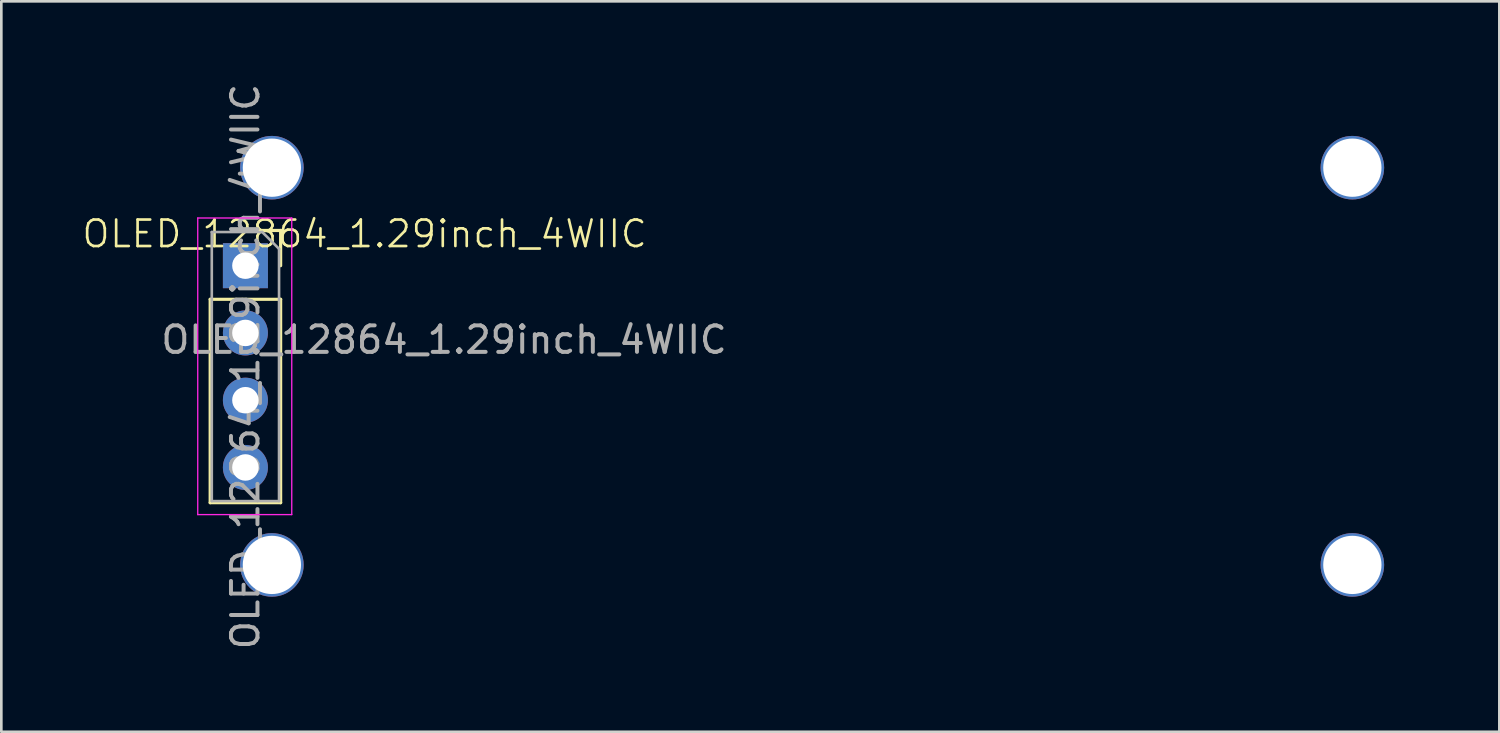
<source format=kicad_pcb>
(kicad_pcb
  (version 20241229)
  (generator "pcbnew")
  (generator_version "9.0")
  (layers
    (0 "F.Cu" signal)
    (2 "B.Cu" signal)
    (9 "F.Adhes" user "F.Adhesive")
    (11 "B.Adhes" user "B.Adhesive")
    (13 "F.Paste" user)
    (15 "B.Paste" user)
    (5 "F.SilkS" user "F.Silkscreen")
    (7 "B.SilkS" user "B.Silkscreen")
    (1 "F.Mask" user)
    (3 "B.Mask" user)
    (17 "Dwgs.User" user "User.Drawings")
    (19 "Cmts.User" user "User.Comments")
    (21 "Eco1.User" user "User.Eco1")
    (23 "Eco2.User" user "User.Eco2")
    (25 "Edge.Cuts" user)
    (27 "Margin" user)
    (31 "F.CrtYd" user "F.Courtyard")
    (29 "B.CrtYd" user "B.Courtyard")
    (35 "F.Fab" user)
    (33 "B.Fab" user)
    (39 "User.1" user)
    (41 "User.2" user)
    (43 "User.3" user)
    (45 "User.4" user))
  (footprint "OLED_12864_1.29inch_4WIIC"
    (layer "F.Cu")
    (at 4.717 20.782)
    (property "Reference" "OLED_12864_1.29inch_4WIIC" (at 6 -15 0) (unlocked yes) (layer "F.SilkS") (effects (font (size 1 1) (thickness 0.1))))
    (attr through_hole)
    (fp_line (start 0.17 -12.53) (end 0.17 -4.85) (stroke (width 0.12) (type solid)) (layer "F.SilkS"))
    (fp_line (start 0.17 -12.53) (end 2.83 -12.53) (stroke (width 0.12) (type solid)) (layer "F.SilkS"))
    (fp_line (start 0.17 -4.85) (end 2.83 -4.85) (stroke (width 0.12) (type solid)) (layer "F.SilkS"))
    (fp_line (start 1.5 -15.13) (end 2.83 -15.13) (stroke (width 0.12) (type solid)) (layer "F.SilkS"))
    (fp_line (start 2.83 -15.13) (end 2.83 -13.8) (stroke (width 0.12) (type solid)) (layer "F.SilkS"))
    (fp_line (start 2.83 -12.53) (end 2.83 -4.85) (stroke (width 0.12) (type solid)) (layer "F.SilkS"))
    (fp_line (start -0.3 -15.6) (end 3.25 -15.6) (stroke (width 0.05) (type solid)) (layer "F.CrtYd"))
    (fp_line (start -0.3 -4.4) (end -0.3 -15.6) (stroke (width 0.05) (type solid)) (layer "F.CrtYd"))
    (fp_line (start 3.25 -15.6) (end 3.25 -4.4) (stroke (width 0.05) (type solid)) (layer "F.CrtYd"))
    (fp_line (start 3.25 -4.4) (end -0.3 -4.4) (stroke (width 0.05) (type solid)) (layer "F.CrtYd"))
    (fp_line (start 0.23 -15.07) (end 2.135 -15.07) (stroke (width 0.1) (type solid)) (layer "F.Fab"))
    (fp_line (start 0.23 -4.91) (end 0.23 -15.07) (stroke (width 0.1) (type solid)) (layer "F.Fab"))
    (fp_line (start 2.135 -15.07) (end 2.77 -14.435) (stroke (width 0.1) (type solid)) (layer "F.Fab"))
    (fp_line (start 2.77 -14.435) (end 2.77 -4.91) (stroke (width 0.1) (type solid)) (layer "F.Fab"))
    (fp_line (start 2.77 -4.91) (end 0.23 -4.91) (stroke (width 0.1) (type solid)) (layer "F.Fab"))
    (fp_line (start 0 -20) (end 45.8 -20) (stroke (width 0.1) (type default)) (layer "User.1"))
    (fp_line (start 0 0) (end 0 -20) (stroke (width 0.1) (type default)) (layer "User.1"))
    (fp_line (start 0 0) (end 45.8 0) (stroke (width 0.1) (type default)) (layer "User.1"))
    (fp_line (start 45.8 -20) (end 45.8 0) (stroke (width 0.1) (type default)) (layer "User.1"))
    (fp_text user "${REFERENCE}" (at 9 -11 0) (unlocked yes) (layer "F.Fab") (effects (font (size 1 1) (thickness 0.15))))
    (fp_text user "${REFERENCE}" (at 1.5 -9.99 90) (layer "F.Fab") (effects (font (size 1 1) (thickness 0.15))))
    (pad "" np_thru_hole circle (at 2.5 -17.5) (size 2.4 2.4) (drill 2.2) (layers "*.Cu" "*.Mask"))
    (pad "" np_thru_hole circle (at 2.5 -2.5) (size 2.4 2.4) (drill 2.2) (layers "*.Cu" "*.Mask"))
    (pad "" np_thru_hole circle (at 43.3 -17.5) (size 2.4 2.4) (drill 2.2) (layers "*.Cu" "*.Mask"))
    (pad "" np_thru_hole circle (at 43.3 -2.5) (size 2.4 2.4) (drill 2.2) (layers "*.Cu" "*.Mask"))
    (pad "1" thru_hole rect (at 1.5 -13.8) (size 1.7 1.7) (drill 1) (layers "*.Cu" "*.Mask"))
    (pad "2" thru_hole oval (at 1.5 -11.26) (size 1.7 1.7) (drill 1) (layers "*.Cu" "*.Mask"))
    (pad "3" thru_hole oval (at 1.5 -8.72) (size 1.7 1.7) (drill 1) (layers "*.Cu" "*.Mask"))
    (pad "4" thru_hole oval (at 1.5 -6.18) (size 1.7 1.7) (drill 1) (layers "*.Cu" "*.Mask")))
  (gr_rect
    (start -3 -3)
    (end 53.567 24.583)
    (stroke (width 0.1) (type default))
    (fill no)
    (layer "Edge.Cuts")))
</source>
